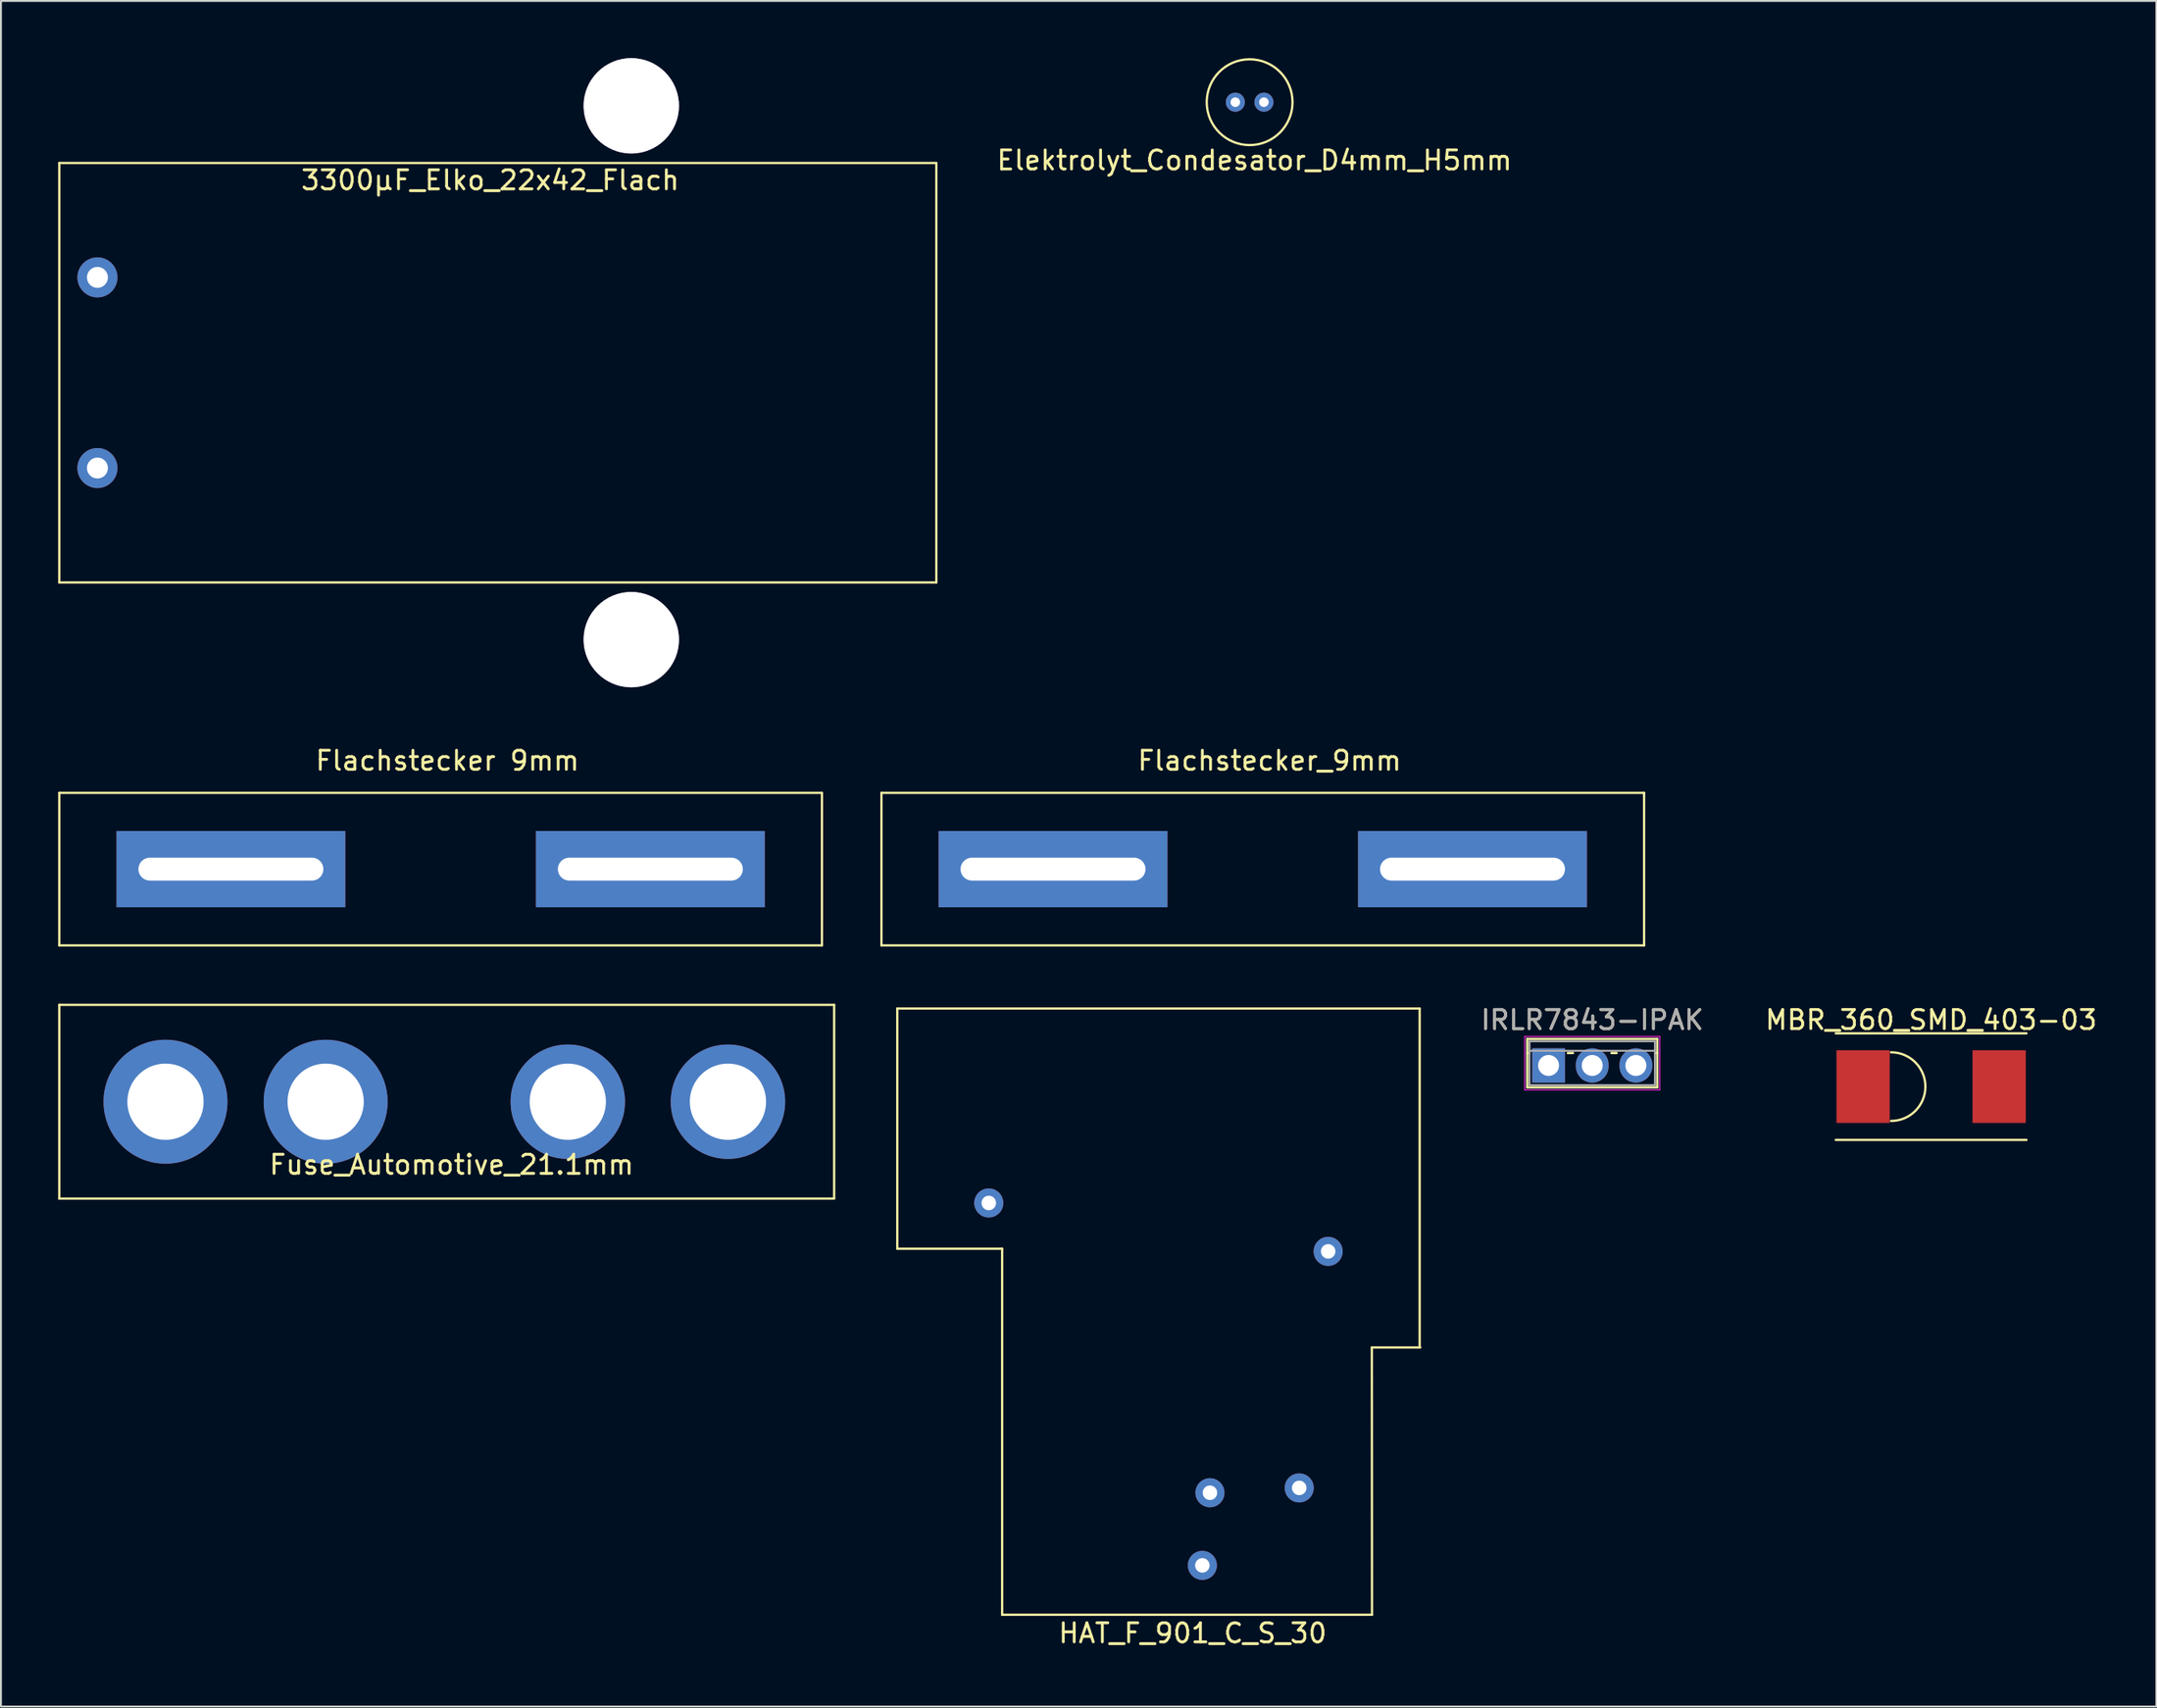
<source format=kicad_pcb>
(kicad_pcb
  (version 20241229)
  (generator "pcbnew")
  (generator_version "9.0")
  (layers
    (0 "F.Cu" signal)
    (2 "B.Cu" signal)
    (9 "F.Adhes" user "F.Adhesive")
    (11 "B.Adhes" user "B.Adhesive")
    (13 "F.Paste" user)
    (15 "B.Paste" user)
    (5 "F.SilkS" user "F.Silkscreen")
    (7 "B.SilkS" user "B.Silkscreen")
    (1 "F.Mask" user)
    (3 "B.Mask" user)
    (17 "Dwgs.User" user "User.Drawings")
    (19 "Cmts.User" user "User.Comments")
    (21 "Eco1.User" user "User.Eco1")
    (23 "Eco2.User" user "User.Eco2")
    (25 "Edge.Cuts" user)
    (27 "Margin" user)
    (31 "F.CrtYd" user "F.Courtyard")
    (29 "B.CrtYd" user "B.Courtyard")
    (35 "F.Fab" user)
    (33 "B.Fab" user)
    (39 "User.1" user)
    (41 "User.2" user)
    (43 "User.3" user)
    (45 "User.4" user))
  (footprint "3300µF_Elko_22x42_Flach"
    (layer "F.Cu")
    (at 2.06 16.5)
    (property "Reference" "3300µF_Elko_22x42_Flach" (at 20.6 -10.1 0) (layer "F.SilkS") (effects (font (size 1 1) (thickness 0.15))))
    (attr through_hole)
    (fp_line (start -2 -11) (end -2 11) (stroke (width 0.12) (type solid)) (layer "F.SilkS"))
    (fp_line (start -2 -11) (end 44 -11) (stroke (width 0.12) (type solid)) (layer "F.SilkS"))
    (fp_line (start 44 -11) (end 44 11) (stroke (width 0.12) (type solid)) (layer "F.SilkS"))
    (fp_line (start 44 11) (end -2 11) (stroke (width 0.12) (type solid)) (layer "F.SilkS"))
    (pad "1" thru_hole circle (at 0 -5) (size 2.1 2.1) (drill 1.1) (layers "*.Cu" "*.Mask"))
    (pad "2" thru_hole circle (at 0 5) (size 2.1 2.1) (drill 1.1) (layers "*.Cu" "*.Mask"))
    (pad "3" thru_hole circle (at 28 -14) (size 5 5) (drill 5) (layers "*.Cu" "*.Mask"))
    (pad "4" thru_hole circle (at 28 14) (size 5 5) (drill 5) (layers "*.Cu" "*.Mask")))
  (footprint "Fuse_Automotive_21.1mm"
    (layer "F.Cu")
    (at 20.38 54.738)
    (property "Reference" "Fuse_Automotive_21.1mm" (at 0.254 3.302 0) (layer "F.SilkS") (effects (font (size 1 1) (thickness 0.15))))
    (attr through_hole)
    (fp_line (start -20.32 -5.08) (end -20.32 5.08) (stroke (width 0.12) (type solid)) (layer "F.SilkS"))
    (fp_line (start -20.32 5.08) (end 20.32 5.08) (stroke (width 0.12) (type solid)) (layer "F.SilkS"))
    (fp_line (start 20.32 -5.08) (end -20.32 -5.08) (stroke (width 0.12) (type solid)) (layer "F.SilkS"))
    (fp_line (start 20.32 5.08) (end 20.32 -5.08) (stroke (width 0.12) (type solid)) (layer "F.SilkS"))
    (pad "1" thru_hole circle (at -14.75 0 180) (size 6.5 6.5) (drill 4) (layers "*.Cu" "*.Mask"))
    (pad "1" thru_hole circle (at -6.35 0 90) (size 6.5 6.5) (drill 4) (layers "*.Cu" "*.Mask"))
    (pad "2" thru_hole circle (at 6.35 0 90) (size 6 6) (drill 4) (layers "*.Cu" "*.Mask"))
    (pad "2" thru_hole circle (at 14.75 0 90) (size 6 6) (drill 4) (layers "*.Cu" "*.Mask")))
  (footprint "Elektrolyt_Condesator_D4mm_H5mm"
    (layer "F.Cu")
    (at 62.491 2.31)
    (property "Reference" "Elektrolyt_Condesator_D4mm_H5mm" (at 0.254 3.048 0) (layer "F.SilkS") (effects (font (size 1 1) (thickness 0.15))))
    (attr through_hole)
    (fp_circle (center 0 0) (end 2.25 0) (stroke (width 0.12) (type solid)) (fill no) (layer "F.SilkS"))
    (pad "1" thru_hole circle (at -0.75 0) (size 1 1) (drill 0.5) (layers "*.Cu" "*.Mask"))
    (pad "2" thru_hole circle (at 0.75 0) (size 1 1) (drill 0.5) (layers "*.Cu" "*.Mask")))
  (footprint "Flachstecker 9mm"
    (layer "F.Cu")
    (at 20.06 42.538)
    (property "Reference" "Flachstecker 9mm" (at 0.356 -5.69 0) (layer "F.SilkS") (effects (font (size 1 1) (thickness 0.15))))
    (attr through_hole)
    (fp_line (start -20 -4) (end -20 4) (stroke (width 0.12) (type solid)) (layer "F.SilkS"))
    (fp_line (start -20 -4) (end 20 -4) (stroke (width 0.12) (type solid)) (layer "F.SilkS"))
    (fp_line (start -20 4) (end 20 4) (stroke (width 0.12) (type solid)) (layer "F.SilkS"))
    (fp_line (start 20 -4) (end 20 4) (stroke (width 0.12) (type solid)) (layer "F.SilkS"))
    (pad "1" thru_hole rect (at -11 0) (size 12 4) (drill oval 9.7 1.2) (layers "*.Cu" "*.Mask"))
    (pad "2" thru_hole rect (at 11 0) (size 12 4) (drill oval 9.7 1.2) (layers "*.Cu" "*.Mask")))
  (footprint "IRLR7843-IPAK"
    (layer "F.Cu")
    (at 78.17 52.836)
    (property "Reference" "IRLR7843-IPAK" (at 2.29 -2.39 0) (layer "F.SilkS") (effects (font (size 1 1) (thickness 0.15))))
    (attr through_hole)
    (fp_line (start -1.12 -1.39) (end -1.12 1.15) (stroke (width 0.12) (type solid)) (layer "F.SilkS"))
    (fp_line (start -1.12 -1.39) (end 5.7 -1.39) (stroke (width 0.12) (type solid)) (layer "F.SilkS"))
    (fp_line (start -1.12 -0.651) (end -1.009 -0.651) (stroke (width 0.12) (type solid)) (layer "F.SilkS"))
    (fp_line (start -1.12 1.15) (end 5.7 1.15) (stroke (width 0.12) (type solid)) (layer "F.SilkS"))
    (fp_line (start 1.009 -0.651) (end 1.282 -0.651) (stroke (width 0.12) (type solid)) (layer "F.SilkS"))
    (fp_line (start 3.299 -0.651) (end 3.572 -0.651) (stroke (width 0.12) (type solid)) (layer "F.SilkS"))
    (fp_line (start 5.589 -0.651) (end 5.7 -0.651) (stroke (width 0.12) (type solid)) (layer "F.SilkS"))
    (fp_line (start 5.7 -1.39) (end 5.7 1.15) (stroke (width 0.12) (type solid)) (layer "F.SilkS"))
    (fp_line (start -1.25 -1.52) (end -1.25 1.28) (stroke (width 0.05) (type solid)) (layer "F.CrtYd"))
    (fp_line (start -1.25 1.28) (end 5.83 1.28) (stroke (width 0.05) (type solid)) (layer "F.CrtYd"))
    (fp_line (start 5.83 -1.52) (end -1.25 -1.52) (stroke (width 0.05) (type solid)) (layer "F.CrtYd"))
    (fp_line (start 5.83 1.28) (end 5.83 -1.52) (stroke (width 0.05) (type solid)) (layer "F.CrtYd"))
    (fp_line (start -1 -1.27) (end -1 1.03) (stroke (width 0.1) (type solid)) (layer "F.Fab"))
    (fp_line (start -1 -0.77) (end 5.58 -0.77) (stroke (width 0.1) (type solid)) (layer "F.Fab"))
    (fp_line (start -1 1.03) (end 5.58 1.03) (stroke (width 0.1) (type solid)) (layer "F.Fab"))
    (fp_line (start 5.58 -1.27) (end -1 -1.27) (stroke (width 0.1) (type solid)) (layer "F.Fab"))
    (fp_line (start 5.58 1.03) (end 5.58 -1.27) (stroke (width 0.1) (type solid)) (layer "F.Fab"))
    (fp_text user "${REFERENCE}" (at 2.29 -2.39 0) (layer "F.Fab") (effects (font (size 1 1) (thickness 0.15))))
    (pad "1" thru_hole rect (at 0 0) (size 1.718 1.8) (drill 1.1) (layers "*.Cu" "*.Mask"))
    (pad "2" thru_hole oval (at 2.29 0) (size 1.718 1.8) (drill 1.1) (layers "*.Cu" "*.Mask"))
    (pad "3" thru_hole oval (at 4.58 0) (size 1.718 1.8) (drill 1.1) (layers "*.Cu" "*.Mask")))
  (footprint "MBR_360_SMD_403-03"
    (layer "F.Cu")
    (at 98.234 53.946)
    (property "Reference" "MBR_360_SMD_403-03" (at 0 -3.5 0) (layer "F.SilkS") (effects (font (size 1 1) (thickness 0.15))))
    (attr through_hole)
    (fp_line (start -5 -2.795) (end 5 -2.795) (stroke (width 0.12) (type solid)) (layer "F.SilkS"))
    (fp_line (start 5 2.795) (end -5 2.795) (stroke (width 0.12) (type solid)) (layer "F.SilkS"))
    (fp_arc (start -2.1 -1.8) (mid -0.3 0) (end -2.1 1.8) (stroke (width 0.12) (type solid)) (layer "F.SilkS"))
    (pad "1" smd rect (at 3.568 0) (size 2.794 3.81) (layers "F.Cu" "F.Mask" "F.Paste"))
    (pad "2" smd rect (at -3.568 0) (size 2.794 3.81) (layers "F.Cu" "F.Mask" "F.Paste")))
  (footprint "Flachstecker_9mm"
    (layer "F.Cu")
    (at 63.18 42.538)
    (property "Reference" "Flachstecker_9mm" (at 0.356 -5.69 0) (layer "F.SilkS") (effects (font (size 1 1) (thickness 0.15))))
    (attr through_hole)
    (fp_line (start -20 -4) (end -20 4) (stroke (width 0.12) (type solid)) (layer "F.SilkS"))
    (fp_line (start -20 -4) (end 20 -4) (stroke (width 0.12) (type solid)) (layer "F.SilkS"))
    (fp_line (start -20 4) (end 20 4) (stroke (width 0.12) (type solid)) (layer "F.SilkS"))
    (fp_line (start 20 -4) (end 20 4) (stroke (width 0.12) (type solid)) (layer "F.SilkS"))
    (pad "1" thru_hole rect (at -11 0) (size 12 4) (drill oval 9.7 1.2) (layers "*.Cu" "*.Mask"))
    (pad "2" thru_hole rect (at 11 0) (size 12 4) (drill oval 9.7 1.2) (layers "*.Cu" "*.Mask")))
  (footprint "HAT_F_901_C_S_30"
    (layer "F.Cu")
    (at 44.01 49.848)
    (property "Reference" "HAT_F_901_C_S_30" (at 15.494 32.766 0) (layer "F.SilkS") (effects (font (size 1 1) (thickness 0.15))))
    (attr through_hole)
    (fp_line (start 0 0) (end 0 12.6) (stroke (width 0.12) (type solid)) (layer "F.SilkS"))
    (fp_line (start 0 0) (end 27.4 0) (stroke (width 0.12) (type solid)) (layer "F.SilkS"))
    (fp_line (start 0 12.6) (end 5.5 12.6) (stroke (width 0.12) (type solid)) (layer "F.SilkS"))
    (fp_line (start 5.5 12.6) (end 5.5 31.8) (stroke (width 0.12) (type solid)) (layer "F.SilkS"))
    (fp_line (start 5.5 31.8) (end 24.9 31.8) (stroke (width 0.12) (type solid)) (layer "F.SilkS"))
    (fp_line (start 24.892 17.78) (end 27.432 17.78) (stroke (width 0.12) (type solid)) (layer "F.SilkS"))
    (fp_line (start 24.9 31.8) (end 24.892 17.78) (stroke (width 0.12) (type solid)) (layer "F.SilkS"))
    (fp_line (start 27.4 0) (end 27.4 17.7) (stroke (width 0.12) (type solid)) (layer "F.SilkS"))
    (pad "1" thru_hole circle (at 4.8 10.2) (size 1.524 1.524) (drill 0.762) (layers "*.Cu" "*.Mask"))
    (pad "2" thru_hole circle (at 22.6 12.74) (size 1.524 1.524) (drill 0.762) (layers "*.Cu" "*.Mask"))
    (pad "3" thru_hole circle (at 16.4 25.4) (size 1.524 1.524) (drill 0.762) (layers "*.Cu" "*.Mask"))
    (pad "4" thru_hole circle (at 16.002 29.21) (size 1.524 1.524) (drill 0.762) (layers "*.Cu" "*.Mask"))
    (pad "5" thru_hole circle (at 21.082 25.146) (size 1.524 1.524) (drill 0.762) (layers "*.Cu" "*.Mask")))
  (gr_rect
    (start -3 -3)
    (end 110.05 86.462)
    (stroke (width 0.1) (type default))
    (fill no)
    (layer "Edge.Cuts")))
</source>
